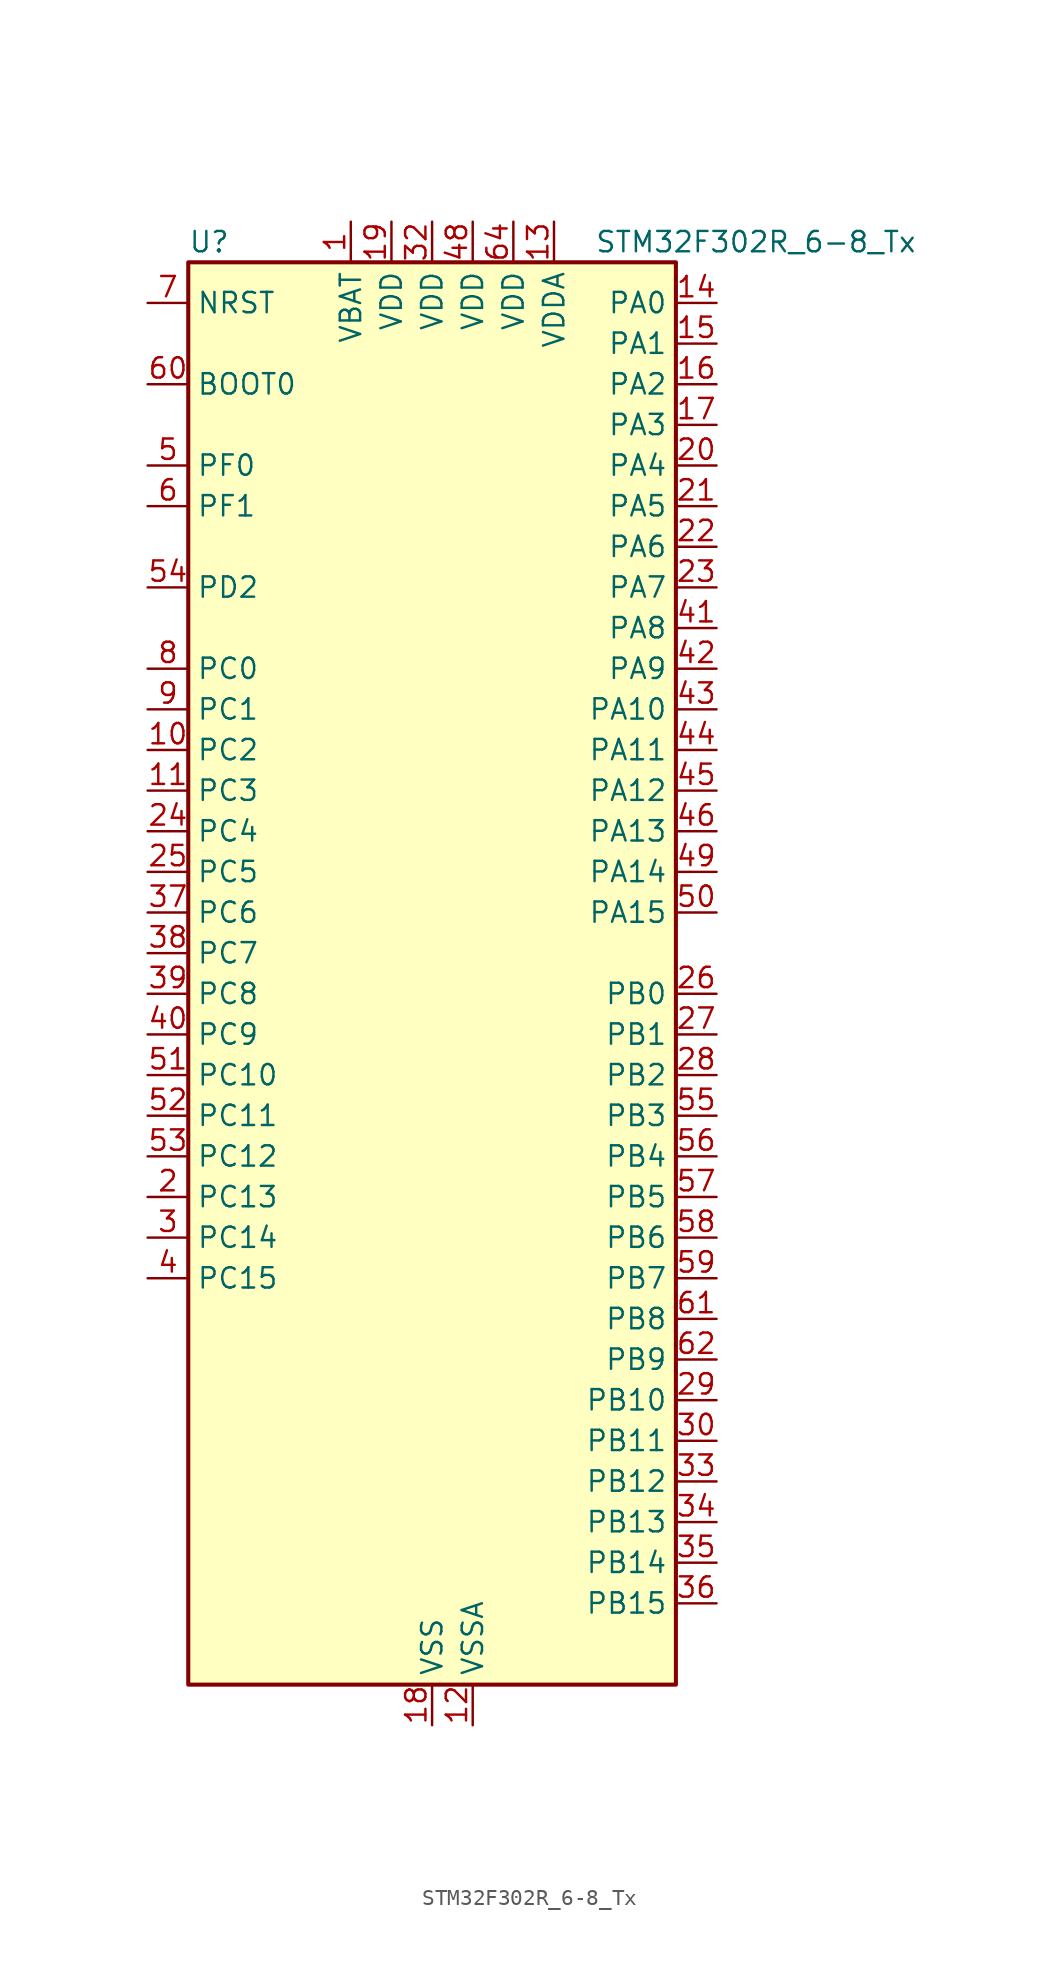
<source format=kicad_sym>
(kicad_symbol_lib
  (version 20220914)
  (generator kicad_symbol_editor)
  (symbol "STM32F302R_6-8_Tx"
    (property "Reference" "U"
      (at -15.24 46.99 0)
      (effects (font (size 1.27 1.27)) (justify left)))
    (property "Value" "STM32F302R_6-8_Tx"
      (at 10.16 46.99 0)
      (effects (font (size 1.27 1.27)) (justify left)))
    (property "ki_locked" ""
      (at 0 0 0)
      (effects (font (size 1.27 1.27))))
    (symbol "STM32F302R_6-8_Tx_0_1"
      (rectangle (start -15.24 -43.18) (end 15.24 45.72) (stroke (width 0.254) (type default)) (fill (type background))))
    (symbol "STM32F302R_6-8_Tx_1_1"
      (pin power_in line (at -5.08 48.26 270) (length 2.54) (name "VBAT" (effects (font (size 1.27 1.27)))) (number "1" (effects (font (size 1.27 1.27)))))
      (pin bidirectional line (at -17.78 15.24 0) (length 2.54) (name "PC2" (effects (font (size 1.27 1.27)))) (number "10" (effects (font (size 1.27 1.27)))) (alternate "ADC1_IN8" bidirectional line) (alternate "TIM1_CH3" bidirectional line))
      (pin bidirectional line (at -17.78 12.7 0) (length 2.54) (name "PC3" (effects (font (size 1.27 1.27)))) (number "11" (effects (font (size 1.27 1.27)))) (alternate "ADC1_IN9" bidirectional line) (alternate "TIM1_BKIN2" bidirectional line) (alternate "TIM1_CH4" bidirectional line))
      (pin power_in line (at 2.54 -45.72 90) (length 2.54) (name "VSSA" (effects (font (size 1.27 1.27)))) (number "12" (effects (font (size 1.27 1.27)))))
      (pin power_in line (at 7.62 48.26 270) (length 2.54) (name "VDDA" (effects (font (size 1.27 1.27)))) (number "13" (effects (font (size 1.27 1.27)))))
      (pin bidirectional line (at 17.78 43.18 180) (length 2.54) (name "PA0" (effects (font (size 1.27 1.27)))) (number "14" (effects (font (size 1.27 1.27)))) (alternate "ADC1_IN1" bidirectional line) (alternate "RTC_TAMP2" bidirectional line) (alternate "SYS_WKUP1" bidirectional line) (alternate "TIM2_CH1" bidirectional line) (alternate "TIM2_ETR" bidirectional line) (alternate "TSC_G1_IO1" bidirectional line) (alternate "USART2_CTS" bidirectional line))
      (pin bidirectional line (at 17.78 40.64 180) (length 2.54) (name "PA1" (effects (font (size 1.27 1.27)))) (number "15" (effects (font (size 1.27 1.27)))) (alternate "ADC1_IN2" bidirectional line) (alternate "RTC_REFIN" bidirectional line) (alternate "TIM15_CH1N" bidirectional line) (alternate "TIM2_CH2" bidirectional line) (alternate "TSC_G1_IO2" bidirectional line) (alternate "USART2_DE" bidirectional line) (alternate "USART2_RTS" bidirectional line))
      (pin bidirectional line (at 17.78 38.1 180) (length 2.54) (name "PA2" (effects (font (size 1.27 1.27)))) (number "16" (effects (font (size 1.27 1.27)))) (alternate "ADC1_IN3" bidirectional line) (alternate "COMP2_INM" bidirectional line) (alternate "COMP2_OUT" bidirectional line) (alternate "TIM15_CH1" bidirectional line) (alternate "TIM2_CH3" bidirectional line) (alternate "TSC_G1_IO3" bidirectional line) (alternate "USART2_TX" bidirectional line))
      (pin bidirectional line (at 17.78 35.56 180) (length 2.54) (name "PA3" (effects (font (size 1.27 1.27)))) (number "17" (effects (font (size 1.27 1.27)))) (alternate "ADC1_IN4" bidirectional line) (alternate "TIM15_CH2" bidirectional line) (alternate "TIM2_CH4" bidirectional line) (alternate "TSC_G1_IO4" bidirectional line) (alternate "USART2_RX" bidirectional line))
      (pin power_in line (at 0 -45.72 90) (length 2.54) (name "VSS" (effects (font (size 1.27 1.27)))) (number "18" (effects (font (size 1.27 1.27)))))
      (pin power_in line (at -2.54 48.26 270) (length 2.54) (name "VDD" (effects (font (size 1.27 1.27)))) (number "19" (effects (font (size 1.27 1.27)))))
      (pin bidirectional line (at -17.78 -12.7 0) (length 2.54) (name "PC13" (effects (font (size 1.27 1.27)))) (number "2" (effects (font (size 1.27 1.27)))) (alternate "RTC_OUT_ALARM" bidirectional line) (alternate "RTC_OUT_CALIB" bidirectional line) (alternate "RTC_TAMP1" bidirectional line) (alternate "RTC_TS" bidirectional line) (alternate "SYS_WKUP2" bidirectional line) (alternate "TIM1_CH1N" bidirectional line))
      (pin bidirectional line (at 17.78 33.02 180) (length 2.54) (name "PA4" (effects (font (size 1.27 1.27)))) (number "20" (effects (font (size 1.27 1.27)))) (alternate "ADC1_IN5" bidirectional line) (alternate "COMP2_INM" bidirectional line) (alternate "COMP4_INM" bidirectional line) (alternate "COMP6_INM" bidirectional line) (alternate "DAC_OUT1" bidirectional line) (alternate "I2S3_WS" bidirectional line) (alternate "SPI3_NSS" bidirectional line) (alternate "TSC_G2_IO1" bidirectional line) (alternate "USART2_CK" bidirectional line))
      (pin bidirectional line (at 17.78 30.48 180) (length 2.54) (name "PA5" (effects (font (size 1.27 1.27)))) (number "21" (effects (font (size 1.27 1.27)))) (alternate "OPAMP2_VINM" bidirectional line) (alternate "OPAMP2_VINM_SEC" bidirectional line) (alternate "TIM2_CH1" bidirectional line) (alternate "TIM2_ETR" bidirectional line) (alternate "TSC_G2_IO2" bidirectional line))
      (pin bidirectional line (at 17.78 27.94 180) (length 2.54) (name "PA6" (effects (font (size 1.27 1.27)))) (number "22" (effects (font (size 1.27 1.27)))) (alternate "ADC1_IN10" bidirectional line) (alternate "OPAMP2_VOUT" bidirectional line) (alternate "TIM16_CH1" bidirectional line) (alternate "TIM1_BKIN" bidirectional line) (alternate "TSC_G2_IO3" bidirectional line))
      (pin bidirectional line (at 17.78 25.4 180) (length 2.54) (name "PA7" (effects (font (size 1.27 1.27)))) (number "23" (effects (font (size 1.27 1.27)))) (alternate "ADC1_IN15" bidirectional line) (alternate "COMP2_INP" bidirectional line) (alternate "OPAMP2_VINP" bidirectional line) (alternate "OPAMP2_VINP_SEC" bidirectional line) (alternate "TIM17_CH1" bidirectional line) (alternate "TIM1_CH1N" bidirectional line) (alternate "TSC_G2_IO4" bidirectional line))
      (pin bidirectional line (at -17.78 10.16 0) (length 2.54) (name "PC4" (effects (font (size 1.27 1.27)))) (number "24" (effects (font (size 1.27 1.27)))) (alternate "TIM1_ETR" bidirectional line) (alternate "USART1_TX" bidirectional line))
      (pin bidirectional line (at -17.78 7.62 0) (length 2.54) (name "PC5" (effects (font (size 1.27 1.27)))) (number "25" (effects (font (size 1.27 1.27)))) (alternate "OPAMP2_VINM" bidirectional line) (alternate "OPAMP2_VINM_SEC" bidirectional line) (alternate "TIM15_BKIN" bidirectional line) (alternate "TSC_G3_IO1" bidirectional line) (alternate "USART1_RX" bidirectional line))
      (pin bidirectional line (at 17.78 0 180) (length 2.54) (name "PB0" (effects (font (size 1.27 1.27)))) (number "26" (effects (font (size 1.27 1.27)))) (alternate "ADC1_IN11" bidirectional line) (alternate "COMP4_INP" bidirectional line) (alternate "OPAMP2_VINP" bidirectional line) (alternate "OPAMP2_VINP_SEC" bidirectional line) (alternate "TIM1_CH2N" bidirectional line) (alternate "TSC_G3_IO2" bidirectional line))
      (pin bidirectional line (at 17.78 -2.54 180) (length 2.54) (name "PB1" (effects (font (size 1.27 1.27)))) (number "27" (effects (font (size 1.27 1.27)))) (alternate "ADC1_IN12" bidirectional line) (alternate "COMP4_OUT" bidirectional line) (alternate "TIM1_CH3N" bidirectional line) (alternate "TSC_G3_IO3" bidirectional line))
      (pin bidirectional line (at 17.78 -5.08 180) (length 2.54) (name "PB2" (effects (font (size 1.27 1.27)))) (number "28" (effects (font (size 1.27 1.27)))) (alternate "COMP4_INM" bidirectional line) (alternate "TSC_G3_IO4" bidirectional line))
      (pin bidirectional line (at 17.78 -25.4 180) (length 2.54) (name "PB10" (effects (font (size 1.27 1.27)))) (number "29" (effects (font (size 1.27 1.27)))) (alternate "TIM2_CH3" bidirectional line) (alternate "TSC_SYNC" bidirectional line) (alternate "USART3_TX" bidirectional line))
      (pin bidirectional line (at -17.78 -15.24 0) (length 2.54) (name "PC14" (effects (font (size 1.27 1.27)))) (number "3" (effects (font (size 1.27 1.27)))) (alternate "RCC_OSC32_IN" bidirectional line))
      (pin bidirectional line (at 17.78 -27.94 180) (length 2.54) (name "PB11" (effects (font (size 1.27 1.27)))) (number "30" (effects (font (size 1.27 1.27)))) (alternate "ADC1_EXTI11" bidirectional line) (alternate "ADC1_IN14" bidirectional line) (alternate "COMP6_INP" bidirectional line) (alternate "TIM2_CH4" bidirectional line) (alternate "TSC_G6_IO1" bidirectional line) (alternate "USART3_RX" bidirectional line))
      (pin passive line (at 0 -45.72 90) (length 2.54) hide (name "VSS" (effects (font (size 1.27 1.27)))) (number "31" (effects (font (size 1.27 1.27)))))
      (pin power_in line (at 0 48.26 270) (length 2.54) (name "VDD" (effects (font (size 1.27 1.27)))) (number "32" (effects (font (size 1.27 1.27)))))
      (pin bidirectional line (at 17.78 -30.48 180) (length 2.54) (name "PB12" (effects (font (size 1.27 1.27)))) (number "33" (effects (font (size 1.27 1.27)))) (alternate "I2C2_SMBA" bidirectional line) (alternate "I2S2_WS" bidirectional line) (alternate "SPI2_NSS" bidirectional line) (alternate "TIM1_BKIN" bidirectional line) (alternate "TSC_G6_IO2" bidirectional line) (alternate "USART3_CK" bidirectional line))
      (pin bidirectional line (at 17.78 -33.02 180) (length 2.54) (name "PB13" (effects (font (size 1.27 1.27)))) (number "34" (effects (font (size 1.27 1.27)))) (alternate "ADC1_IN13" bidirectional line) (alternate "I2S2_CK" bidirectional line) (alternate "SPI2_SCK" bidirectional line) (alternate "TIM1_CH1N" bidirectional line) (alternate "TSC_G6_IO3" bidirectional line) (alternate "USART3_CTS" bidirectional line))
      (pin bidirectional line (at 17.78 -35.56 180) (length 2.54) (name "PB14" (effects (font (size 1.27 1.27)))) (number "35" (effects (font (size 1.27 1.27)))) (alternate "I2S2_ext_SD" bidirectional line) (alternate "OPAMP2_VINP" bidirectional line) (alternate "OPAMP2_VINP_SEC" bidirectional line) (alternate "SPI2_MISO" bidirectional line) (alternate "TIM15_CH1" bidirectional line) (alternate "TIM1_CH2N" bidirectional line) (alternate "TSC_G6_IO4" bidirectional line) (alternate "USART3_DE" bidirectional line) (alternate "USART3_RTS" bidirectional line))
      (pin bidirectional line (at 17.78 -38.1 180) (length 2.54) (name "PB15" (effects (font (size 1.27 1.27)))) (number "36" (effects (font (size 1.27 1.27)))) (alternate "ADC1_EXTI15" bidirectional line) (alternate "COMP6_INM" bidirectional line) (alternate "I2S2_SD" bidirectional line) (alternate "RTC_REFIN" bidirectional line) (alternate "SPI2_MOSI" bidirectional line) (alternate "TIM15_CH1N" bidirectional line) (alternate "TIM15_CH2" bidirectional line) (alternate "TIM1_CH3N" bidirectional line))
      (pin bidirectional line (at -17.78 5.08 0) (length 2.54) (name "PC6" (effects (font (size 1.27 1.27)))) (number "37" (effects (font (size 1.27 1.27)))) (alternate "COMP6_OUT" bidirectional line) (alternate "I2S2_MCK" bidirectional line))
      (pin bidirectional line (at -17.78 2.54 0) (length 2.54) (name "PC7" (effects (font (size 1.27 1.27)))) (number "38" (effects (font (size 1.27 1.27)))) (alternate "I2S3_MCK" bidirectional line))
      (pin bidirectional line (at -17.78 0 0) (length 2.54) (name "PC8" (effects (font (size 1.27 1.27)))) (number "39" (effects (font (size 1.27 1.27)))))
      (pin bidirectional line (at -17.78 -17.78 0) (length 2.54) (name "PC15" (effects (font (size 1.27 1.27)))) (number "4" (effects (font (size 1.27 1.27)))) (alternate "ADC1_EXTI15" bidirectional line) (alternate "RCC_OSC32_OUT" bidirectional line))
      (pin bidirectional line (at -17.78 -2.54 0) (length 2.54) (name "PC9" (effects (font (size 1.27 1.27)))) (number "40" (effects (font (size 1.27 1.27)))) (alternate "DAC_EXTI9" bidirectional line) (alternate "I2C3_SDA" bidirectional line) (alternate "I2S_CKIN" bidirectional line))
      (pin bidirectional line (at 17.78 22.86 180) (length 2.54) (name "PA8" (effects (font (size 1.27 1.27)))) (number "41" (effects (font (size 1.27 1.27)))) (alternate "I2C2_SMBA" bidirectional line) (alternate "I2C3_SCL" bidirectional line) (alternate "I2S2_MCK" bidirectional line) (alternate "RCC_MCO" bidirectional line) (alternate "TIM1_CH1" bidirectional line) (alternate "USART1_CK" bidirectional line))
      (pin bidirectional line (at 17.78 20.32 180) (length 2.54) (name "PA9" (effects (font (size 1.27 1.27)))) (number "42" (effects (font (size 1.27 1.27)))) (alternate "DAC_EXTI9" bidirectional line) (alternate "I2C2_SCL" bidirectional line) (alternate "I2C3_SMBA" bidirectional line) (alternate "I2S3_MCK" bidirectional line) (alternate "TIM15_BKIN" bidirectional line) (alternate "TIM1_CH2" bidirectional line) (alternate "TIM2_CH3" bidirectional line) (alternate "TSC_G4_IO1" bidirectional line) (alternate "USART1_TX" bidirectional line))
      (pin bidirectional line (at 17.78 17.78 180) (length 2.54) (name "PA10" (effects (font (size 1.27 1.27)))) (number "43" (effects (font (size 1.27 1.27)))) (alternate "COMP6_OUT" bidirectional line) (alternate "I2C2_SDA" bidirectional line) (alternate "I2S2_ext_SD" bidirectional line) (alternate "SPI2_MISO" bidirectional line) (alternate "TIM17_BKIN" bidirectional line) (alternate "TIM1_CH3" bidirectional line) (alternate "TIM2_CH4" bidirectional line) (alternate "TSC_G4_IO2" bidirectional line) (alternate "USART1_RX" bidirectional line))
      (pin bidirectional line (at 17.78 15.24 180) (length 2.54) (name "PA11" (effects (font (size 1.27 1.27)))) (number "44" (effects (font (size 1.27 1.27)))) (alternate "ADC1_EXTI11" bidirectional line) (alternate "CAN_RX" bidirectional line) (alternate "I2S2_SD" bidirectional line) (alternate "SPI2_MOSI" bidirectional line) (alternate "TIM1_BKIN2" bidirectional line) (alternate "TIM1_CH1N" bidirectional line) (alternate "TIM1_CH4" bidirectional line) (alternate "USART1_CTS" bidirectional line) (alternate "USB_DM" bidirectional line))
      (pin bidirectional line (at 17.78 12.7 180) (length 2.54) (name "PA12" (effects (font (size 1.27 1.27)))) (number "45" (effects (font (size 1.27 1.27)))) (alternate "CAN_TX" bidirectional line) (alternate "COMP2_OUT" bidirectional line) (alternate "I2S_CKIN" bidirectional line) (alternate "TIM16_CH1" bidirectional line) (alternate "TIM1_CH2N" bidirectional line) (alternate "TIM1_ETR" bidirectional line) (alternate "USART1_DE" bidirectional line) (alternate "USART1_RTS" bidirectional line) (alternate "USB_DP" bidirectional line))
      (pin bidirectional line (at 17.78 10.16 180) (length 2.54) (name "PA13" (effects (font (size 1.27 1.27)))) (number "46" (effects (font (size 1.27 1.27)))) (alternate "IR_OUT" bidirectional line) (alternate "SYS_JTMS-SWDIO" bidirectional line) (alternate "TIM16_CH1N" bidirectional line) (alternate "TSC_G4_IO3" bidirectional line) (alternate "USART3_CTS" bidirectional line))
      (pin passive line (at 0 -45.72 90) (length 2.54) hide (name "VSS" (effects (font (size 1.27 1.27)))) (number "47" (effects (font (size 1.27 1.27)))))
      (pin power_in line (at 2.54 48.26 270) (length 2.54) (name "VDD" (effects (font (size 1.27 1.27)))) (number "48" (effects (font (size 1.27 1.27)))))
      (pin bidirectional line (at 17.78 7.62 180) (length 2.54) (name "PA14" (effects (font (size 1.27 1.27)))) (number "49" (effects (font (size 1.27 1.27)))) (alternate "I2C1_SDA" bidirectional line) (alternate "SYS_JTCK-SWCLK" bidirectional line) (alternate "TIM1_BKIN" bidirectional line) (alternate "TSC_G4_IO4" bidirectional line) (alternate "USART2_TX" bidirectional line))
      (pin bidirectional line (at -17.78 33.02 0) (length 2.54) (name "PF0" (effects (font (size 1.27 1.27)))) (number "5" (effects (font (size 1.27 1.27)))) (alternate "I2C2_SDA" bidirectional line) (alternate "I2S2_WS" bidirectional line) (alternate "RCC_OSC_IN" bidirectional line) (alternate "SPI2_NSS" bidirectional line) (alternate "TIM1_CH3N" bidirectional line))
      (pin bidirectional line (at 17.78 5.08 180) (length 2.54) (name "PA15" (effects (font (size 1.27 1.27)))) (number "50" (effects (font (size 1.27 1.27)))) (alternate "ADC1_EXTI15" bidirectional line) (alternate "I2C1_SCL" bidirectional line) (alternate "I2S3_WS" bidirectional line) (alternate "SPI3_NSS" bidirectional line) (alternate "SYS_JTDI" bidirectional line) (alternate "TIM1_BKIN" bidirectional line) (alternate "TIM2_CH1" bidirectional line) (alternate "TIM2_ETR" bidirectional line) (alternate "TSC_SYNC" bidirectional line) (alternate "USART2_RX" bidirectional line))
      (pin bidirectional line (at -17.78 -5.08 0) (length 2.54) (name "PC10" (effects (font (size 1.27 1.27)))) (number "51" (effects (font (size 1.27 1.27)))) (alternate "I2S3_CK" bidirectional line) (alternate "SPI3_SCK" bidirectional line) (alternate "USART3_TX" bidirectional line))
      (pin bidirectional line (at -17.78 -7.62 0) (length 2.54) (name "PC11" (effects (font (size 1.27 1.27)))) (number "52" (effects (font (size 1.27 1.27)))) (alternate "ADC1_EXTI11" bidirectional line) (alternate "I2S3_ext_SD" bidirectional line) (alternate "SPI3_MISO" bidirectional line) (alternate "USART3_RX" bidirectional line))
      (pin bidirectional line (at -17.78 -10.16 0) (length 2.54) (name "PC12" (effects (font (size 1.27 1.27)))) (number "53" (effects (font (size 1.27 1.27)))) (alternate "I2S3_SD" bidirectional line) (alternate "SPI3_MOSI" bidirectional line) (alternate "USART3_CK" bidirectional line))
      (pin bidirectional line (at -17.78 25.4 0) (length 2.54) (name "PD2" (effects (font (size 1.27 1.27)))) (number "54" (effects (font (size 1.27 1.27)))))
      (pin bidirectional line (at 17.78 -7.62 180) (length 2.54) (name "PB3" (effects (font (size 1.27 1.27)))) (number "55" (effects (font (size 1.27 1.27)))) (alternate "I2S3_CK" bidirectional line) (alternate "SPI3_SCK" bidirectional line) (alternate "SYS_JTDO-TRACESWO" bidirectional line) (alternate "TIM2_CH2" bidirectional line) (alternate "TSC_G5_IO1" bidirectional line) (alternate "USART2_TX" bidirectional line))
      (pin bidirectional line (at 17.78 -10.16 180) (length 2.54) (name "PB4" (effects (font (size 1.27 1.27)))) (number "56" (effects (font (size 1.27 1.27)))) (alternate "I2S3_ext_SD" bidirectional line) (alternate "SPI3_MISO" bidirectional line) (alternate "SYS_NJTRST" bidirectional line) (alternate "TIM16_CH1" bidirectional line) (alternate "TIM17_BKIN" bidirectional line) (alternate "TSC_G5_IO2" bidirectional line) (alternate "USART2_RX" bidirectional line))
      (pin bidirectional line (at 17.78 -12.7 180) (length 2.54) (name "PB5" (effects (font (size 1.27 1.27)))) (number "57" (effects (font (size 1.27 1.27)))) (alternate "I2C1_SMBA" bidirectional line) (alternate "I2C3_SDA" bidirectional line) (alternate "I2S3_SD" bidirectional line) (alternate "SPI3_MOSI" bidirectional line) (alternate "TIM16_BKIN" bidirectional line) (alternate "TIM17_CH1" bidirectional line) (alternate "USART2_CK" bidirectional line))
      (pin bidirectional line (at 17.78 -15.24 180) (length 2.54) (name "PB6" (effects (font (size 1.27 1.27)))) (number "58" (effects (font (size 1.27 1.27)))) (alternate "I2C1_SCL" bidirectional line) (alternate "TIM16_CH1N" bidirectional line) (alternate "TSC_G5_IO3" bidirectional line) (alternate "USART1_TX" bidirectional line))
      (pin bidirectional line (at 17.78 -17.78 180) (length 2.54) (name "PB7" (effects (font (size 1.27 1.27)))) (number "59" (effects (font (size 1.27 1.27)))) (alternate "I2C1_SDA" bidirectional line) (alternate "TIM17_CH1N" bidirectional line) (alternate "TSC_G5_IO4" bidirectional line) (alternate "USART1_RX" bidirectional line))
      (pin bidirectional line (at -17.78 30.48 0) (length 2.54) (name "PF1" (effects (font (size 1.27 1.27)))) (number "6" (effects (font (size 1.27 1.27)))) (alternate "I2C2_SCL" bidirectional line) (alternate "I2S2_CK" bidirectional line) (alternate "RCC_OSC_OUT" bidirectional line) (alternate "SPI2_SCK" bidirectional line))
      (pin input line (at -17.78 38.1 0) (length 2.54) (name "BOOT0" (effects (font (size 1.27 1.27)))) (number "60" (effects (font (size 1.27 1.27)))))
      (pin bidirectional line (at 17.78 -20.32 180) (length 2.54) (name "PB8" (effects (font (size 1.27 1.27)))) (number "61" (effects (font (size 1.27 1.27)))) (alternate "CAN_RX" bidirectional line) (alternate "I2C1_SCL" bidirectional line) (alternate "TIM16_CH1" bidirectional line) (alternate "TIM1_BKIN" bidirectional line) (alternate "TSC_SYNC" bidirectional line) (alternate "USART3_RX" bidirectional line))
      (pin bidirectional line (at 17.78 -22.86 180) (length 2.54) (name "PB9" (effects (font (size 1.27 1.27)))) (number "62" (effects (font (size 1.27 1.27)))) (alternate "CAN_TX" bidirectional line) (alternate "COMP2_OUT" bidirectional line) (alternate "DAC_EXTI9" bidirectional line) (alternate "I2C1_SDA" bidirectional line) (alternate "IR_OUT" bidirectional line) (alternate "TIM17_CH1" bidirectional line) (alternate "USART3_TX" bidirectional line))
      (pin passive line (at 0 -45.72 90) (length 2.54) hide (name "VSS" (effects (font (size 1.27 1.27)))) (number "63" (effects (font (size 1.27 1.27)))))
      (pin power_in line (at 5.08 48.26 270) (length 2.54) (name "VDD" (effects (font (size 1.27 1.27)))) (number "64" (effects (font (size 1.27 1.27)))))
      (pin input line (at -17.78 43.18 0) (length 2.54) (name "NRST" (effects (font (size 1.27 1.27)))) (number "7" (effects (font (size 1.27 1.27)))))
      (pin bidirectional line (at -17.78 20.32 0) (length 2.54) (name "PC0" (effects (font (size 1.27 1.27)))) (number "8" (effects (font (size 1.27 1.27)))) (alternate "ADC1_IN6" bidirectional line) (alternate "TIM1_CH1" bidirectional line))
      (pin bidirectional line (at -17.78 17.78 0) (length 2.54) (name "PC1" (effects (font (size 1.27 1.27)))) (number "9" (effects (font (size 1.27 1.27)))) (alternate "ADC1_IN7" bidirectional line) (alternate "TIM1_CH2" bidirectional line)))))
</source>
